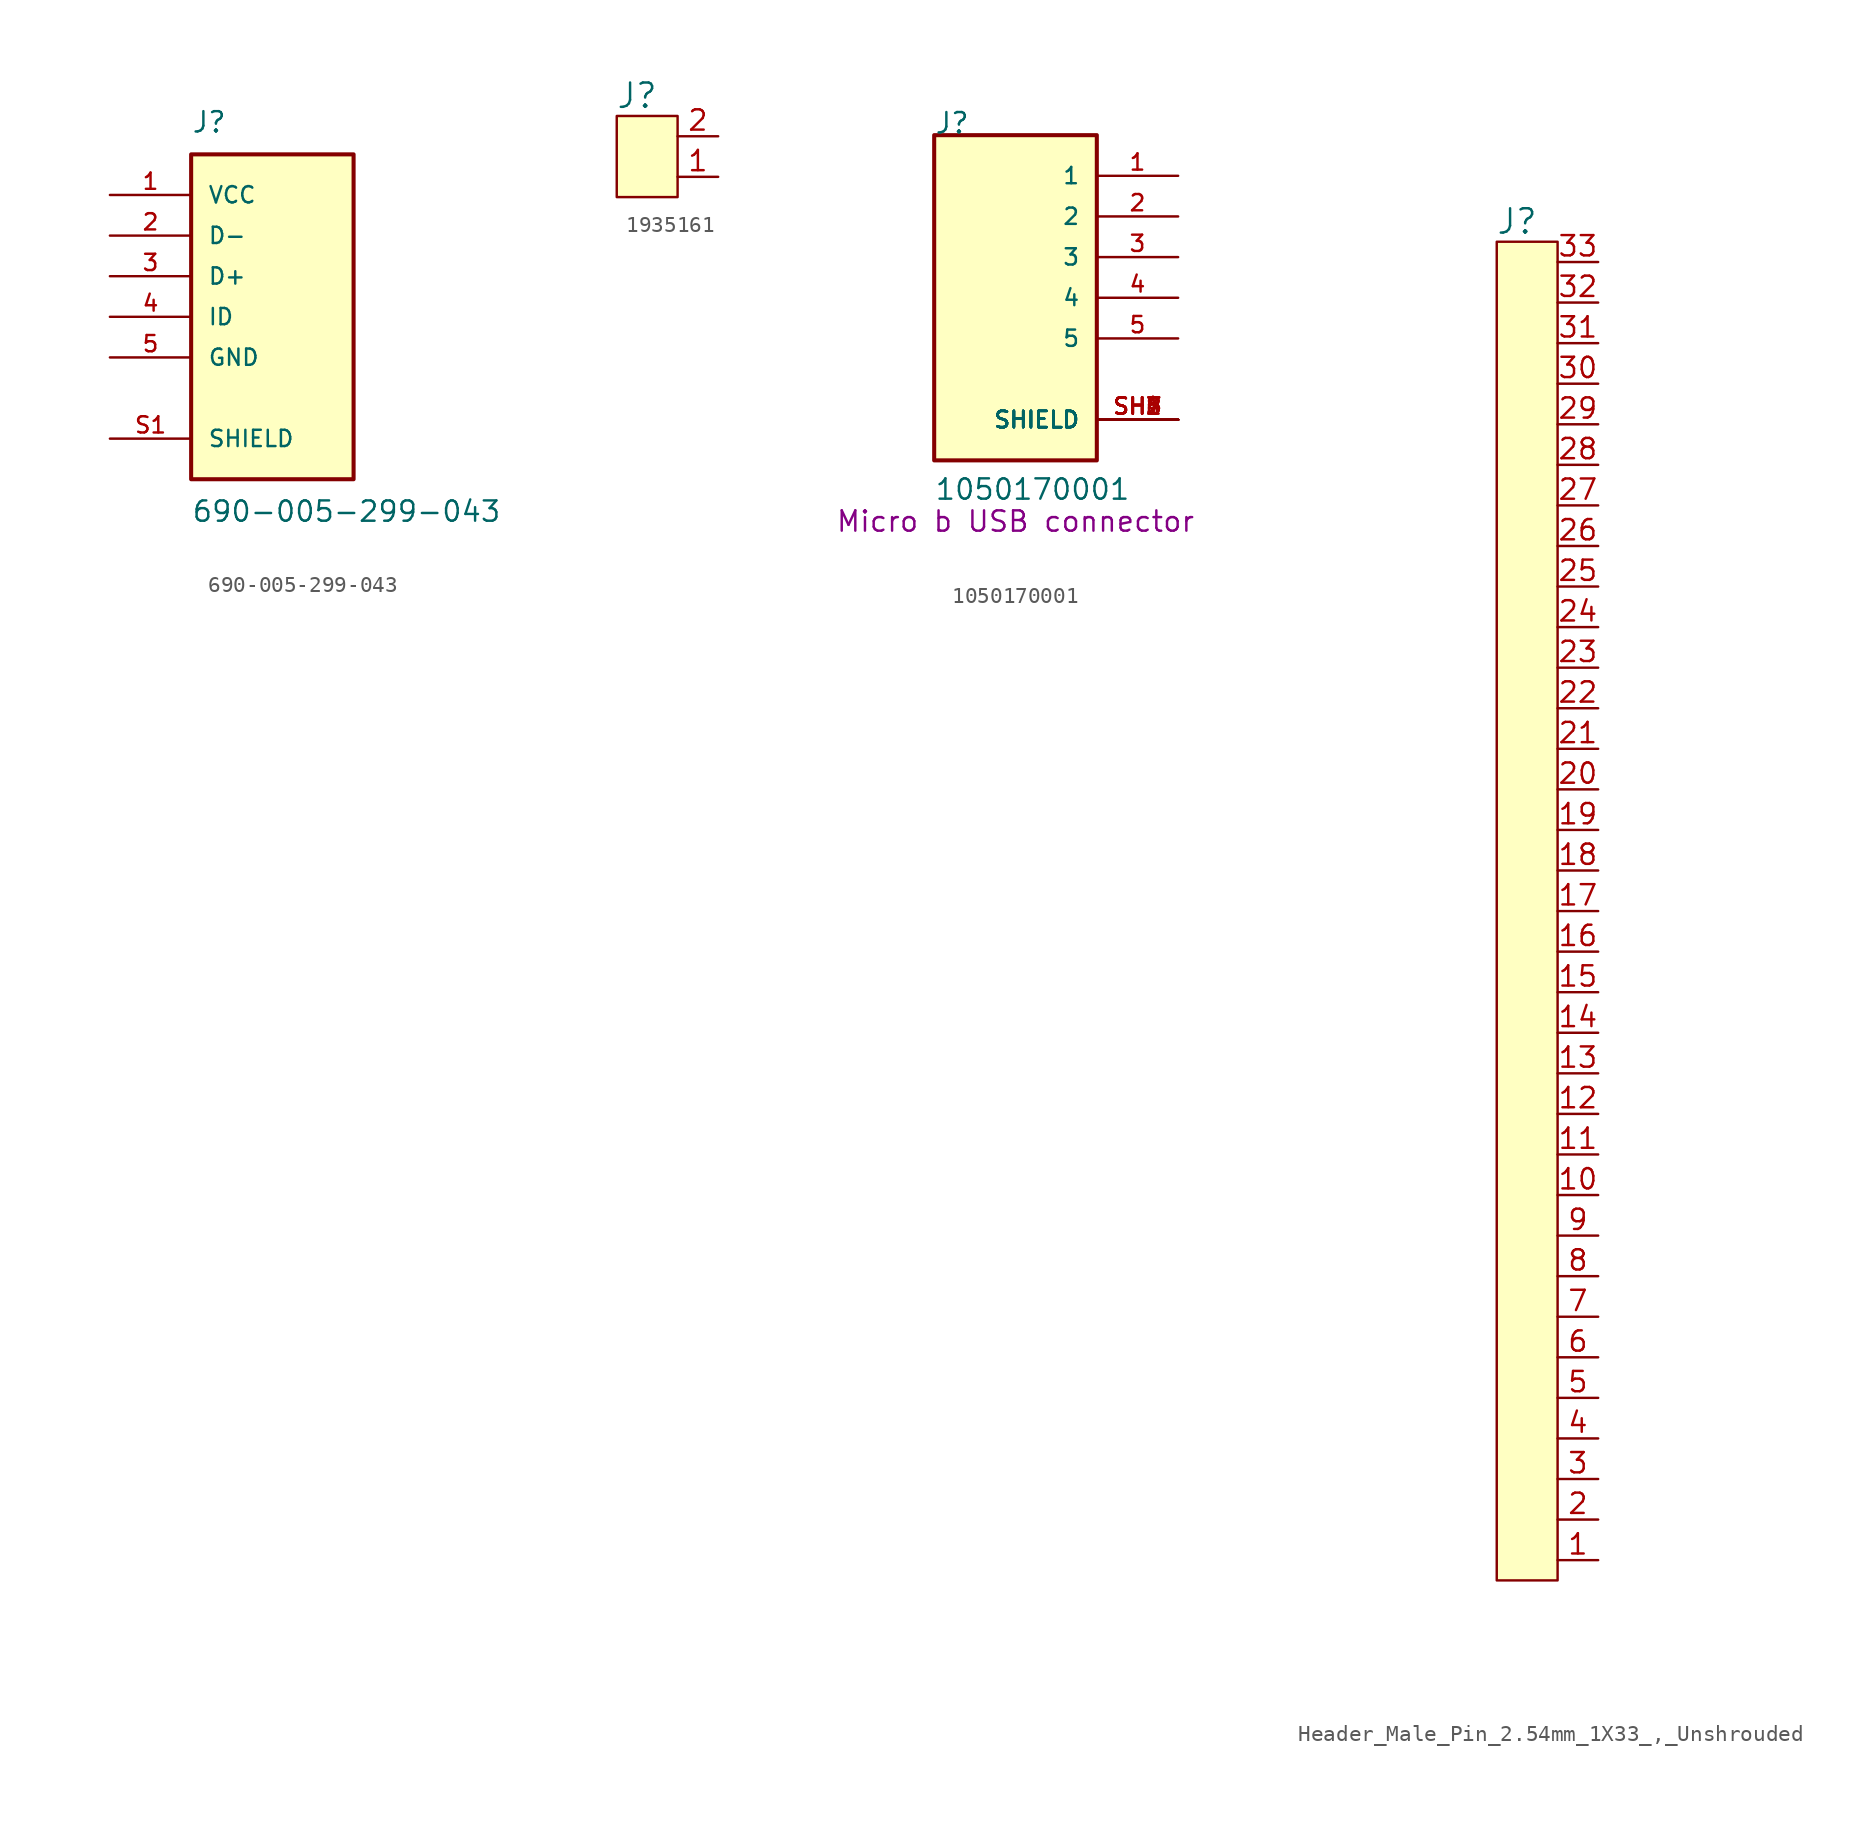
<source format=kicad_sym>
(kicad_symbol_lib
  (version 20220914)
  (generator kicad_symbol_editor)
  (symbol "690-005-299-043"
    (pin_names
      (offset 1.016))
    (property "Reference" "J"
      (at -5.08 11.43 0)
      (effects (font (size 1.27 1.27)) (justify left bottom)))
    (property "Value" "690-005-299-043"
      (at -5.08 -11.43 0)
      (effects (font (size 1.27 1.27)) (justify left top)))
    (symbol "690-005-299-043_0_0"
      (rectangle (start -5.08 -10.16) (end 5.08 10.16) (stroke (width 0.254) (type default)) (fill (type background)))
      (pin power_in line (at -10.16 7.62 0) (length 5.08) (name "VCC" (effects (font (size 1.016 1.016)))) (number "1" (effects (font (size 1.016 1.016)))))
      (pin bidirectional line (at -10.16 5.08 0) (length 5.08) (name "D-" (effects (font (size 1.016 1.016)))) (number "2" (effects (font (size 1.016 1.016)))))
      (pin bidirectional line (at -10.16 2.54 0) (length 5.08) (name "D+" (effects (font (size 1.016 1.016)))) (number "3" (effects (font (size 1.016 1.016)))))
      (pin bidirectional line (at -10.16 0 0) (length 5.08) (name "ID" (effects (font (size 1.016 1.016)))) (number "4" (effects (font (size 1.016 1.016)))))
      (pin power_in line (at -10.16 -2.54 0) (length 5.08) (name "GND" (effects (font (size 1.016 1.016)))) (number "5" (effects (font (size 1.016 1.016)))))
      (pin passive line (at -10.16 -7.62 0) (length 5.08) (name "SHIELD" (effects (font (size 1.016 1.016)))) (number "S1" (effects (font (size 1.016 1.016)))))))
  (symbol "1935161"
    (pin_names
      (offset 0) hide)
    (property "Reference" "J"
      (at -2.54 5.08 0)
      (effects (font (size 1.524 1.524))))
    (symbol "1935161_0_0"
      (rectangle (start -3.81 3.81) (end 0 -1.27) (stroke (width 0) (type default)) (fill (type background))))
    (symbol "1935161_1_1"
      (pin passive line (at 2.54 0 180) (length 2.54) (name "~" (effects (font (size 1.016 1.016)))) (number "1" (effects (font (size 1.27 1.27)))))
      (pin passive line (at 2.54 2.54 180) (length 2.54) (name "~" (effects (font (size 1.27 1.27)))) (number "2" (effects (font (size 1.27 1.27)))))))
  (symbol "1050170001"
    (pin_names
      (offset 1.016))
    (property "Reference" "J"
      (at -5.085 10.17 0)
      (effects (font (size 1.27 1.27)) (justify left bottom)))
    (property "Value" "1050170001"
      (at -5.085 -12.714 0)
      (effects (font (size 1.27 1.27)) (justify left bottom)))
    (property "Description" "Micro b USB connector"
      (at 0 -13.97 0)
      (effects (font (size 1.27 1.27))))
    (symbol "1050170001_0_0"
      (rectangle (start -5.08 -10.16) (end 5.08 10.16) (stroke (width 0.254) (type default)) (fill (type background)))
      (pin passive line (at 10.16 7.62 180) (length 5.08) (name "1" (effects (font (size 1.016 1.016)))) (number "1" (effects (font (size 1.016 1.016)))))
      (pin passive line (at 10.16 5.08 180) (length 5.08) (name "2" (effects (font (size 1.016 1.016)))) (number "2" (effects (font (size 1.016 1.016)))))
      (pin passive line (at 10.16 2.54 180) (length 5.08) (name "3" (effects (font (size 1.016 1.016)))) (number "3" (effects (font (size 1.016 1.016)))))
      (pin passive line (at 10.16 0 180) (length 5.08) (name "4" (effects (font (size 1.016 1.016)))) (number "4" (effects (font (size 1.016 1.016)))))
      (pin passive line (at 10.16 -2.54 180) (length 5.08) (name "5" (effects (font (size 1.016 1.016)))) (number "5" (effects (font (size 1.016 1.016)))))
      (pin passive line (at 10.16 -7.62 180) (length 5.08) (name "SHIELD" (effects (font (size 1.016 1.016)))) (number "SH1" (effects (font (size 1.016 1.016)))))
      (pin passive line (at 10.16 -7.62 180) (length 5.08) (name "SHIELD" (effects (font (size 1.016 1.016)))) (number "SH2" (effects (font (size 1.016 1.016)))))
      (pin passive line (at 10.16 -7.62 180) (length 5.08) (name "SHIELD" (effects (font (size 1.016 1.016)))) (number "SH3" (effects (font (size 1.016 1.016)))))
      (pin passive line (at 10.16 -7.62 180) (length 5.08) (name "SHIELD" (effects (font (size 1.016 1.016)))) (number "SH4" (effects (font (size 1.016 1.016)))))
      (pin passive line (at 10.16 -7.62 180) (length 5.08) (name "SHIELD" (effects (font (size 1.016 1.016)))) (number "SH5" (effects (font (size 1.016 1.016)))))
      (pin passive line (at 10.16 -7.62 180) (length 5.08) (name "SHIELD" (effects (font (size 1.016 1.016)))) (number "SH6" (effects (font (size 1.016 1.016)))))
      (pin passive line (at 10.16 -7.62 180) (length 5.08) (name "SHIELD" (effects (font (size 1.016 1.016)))) (number "SH7" (effects (font (size 1.016 1.016)))))
      (pin passive line (at 10.16 -7.62 180) (length 5.08) (name "SHIELD" (effects (font (size 1.016 1.016)))) (number "SH8" (effects (font (size 1.016 1.016)))))))
  (symbol "Header_Male_Pin_2.54mm_1X33_,_Unshrouded"
    (pin_names
      (offset 0) hide)
    (property "Reference" "J"
      (at -2.54 83.82 0)
      (effects (font (size 1.524 1.524))))
    (symbol "Header_Male_Pin_2.54mm_1X33_,_Unshrouded_0_0"
      (rectangle (start -3.81 82.55) (end 0 -1.27) (stroke (width 0) (type default)) (fill (type background))))
    (symbol "Header_Male_Pin_2.54mm_1X33_,_Unshrouded_1_1"
      (pin passive line (at 2.54 0 180) (length 2.54) (name "~" (effects (font (size 1.016 1.016)))) (number "1" (effects (font (size 1.27 1.27)))))
      (pin passive line (at 2.54 22.86 180) (length 2.54) (name "~" (effects (font (size 1.27 1.27)))) (number "10" (effects (font (size 1.27 1.27)))))
      (pin passive line (at 2.54 25.4 180) (length 2.54) (name "~" (effects (font (size 1.27 1.27)))) (number "11" (effects (font (size 1.27 1.27)))))
      (pin passive line (at 2.54 27.94 180) (length 2.54) (name "~" (effects (font (size 1.27 1.27)))) (number "12" (effects (font (size 1.27 1.27)))))
      (pin passive line (at 2.54 30.48 180) (length 2.54) (name "~" (effects (font (size 1.27 1.27)))) (number "13" (effects (font (size 1.27 1.27)))))
      (pin passive line (at 2.54 33.02 180) (length 2.54) (name "~" (effects (font (size 1.27 1.27)))) (number "14" (effects (font (size 1.27 1.27)))))
      (pin passive line (at 2.54 35.56 180) (length 2.54) (name "~" (effects (font (size 1.27 1.27)))) (number "15" (effects (font (size 1.27 1.27)))))
      (pin passive line (at 2.54 38.1 180) (length 2.54) (name "~" (effects (font (size 1.27 1.27)))) (number "16" (effects (font (size 1.27 1.27)))))
      (pin passive line (at 2.54 40.64 180) (length 2.54) (name "~" (effects (font (size 1.27 1.27)))) (number "17" (effects (font (size 1.27 1.27)))))
      (pin passive line (at 2.54 43.18 180) (length 2.54) (name "~" (effects (font (size 1.27 1.27)))) (number "18" (effects (font (size 1.27 1.27)))))
      (pin passive line (at 2.54 45.72 180) (length 2.54) (name "~" (effects (font (size 1.27 1.27)))) (number "19" (effects (font (size 1.27 1.27)))))
      (pin passive line (at 2.54 2.54 180) (length 2.54) (name "~" (effects (font (size 1.27 1.27)))) (number "2" (effects (font (size 1.27 1.27)))))
      (pin passive line (at 2.54 48.26 180) (length 2.54) (name "~" (effects (font (size 1.27 1.27)))) (number "20" (effects (font (size 1.27 1.27)))))
      (pin passive line (at 2.54 50.8 180) (length 2.54) (name "~" (effects (font (size 1.27 1.27)))) (number "21" (effects (font (size 1.27 1.27)))))
      (pin passive line (at 2.54 53.34 180) (length 2.54) (name "~" (effects (font (size 1.27 1.27)))) (number "22" (effects (font (size 1.27 1.27)))))
      (pin passive line (at 2.54 55.88 180) (length 2.54) (name "~" (effects (font (size 1.27 1.27)))) (number "23" (effects (font (size 1.27 1.27)))))
      (pin passive line (at 2.54 58.42 180) (length 2.54) (name "~" (effects (font (size 1.27 1.27)))) (number "24" (effects (font (size 1.27 1.27)))))
      (pin passive line (at 2.54 60.96 180) (length 2.54) (name "~" (effects (font (size 1.27 1.27)))) (number "25" (effects (font (size 1.27 1.27)))))
      (pin passive line (at 2.54 63.5 180) (length 2.54) (name "~" (effects (font (size 1.27 1.27)))) (number "26" (effects (font (size 1.27 1.27)))))
      (pin passive line (at 2.54 66.04 180) (length 2.54) (name "~" (effects (font (size 1.27 1.27)))) (number "27" (effects (font (size 1.27 1.27)))))
      (pin passive line (at 2.54 68.58 180) (length 2.54) (name "~" (effects (font (size 1.27 1.27)))) (number "28" (effects (font (size 1.27 1.27)))))
      (pin passive line (at 2.54 71.12 180) (length 2.54) (name "~" (effects (font (size 1.27 1.27)))) (number "29" (effects (font (size 1.27 1.27)))))
      (pin passive line (at 2.54 5.08 180) (length 2.54) (name "~" (effects (font (size 1.27 1.27)))) (number "3" (effects (font (size 1.27 1.27)))))
      (pin passive line (at 2.54 73.66 180) (length 2.54) (name "~" (effects (font (size 1.27 1.27)))) (number "30" (effects (font (size 1.27 1.27)))))
      (pin passive line (at 2.54 76.2 180) (length 2.54) (name "~" (effects (font (size 1.27 1.27)))) (number "31" (effects (font (size 1.27 1.27)))))
      (pin passive line (at 2.54 78.74 180) (length 2.54) (name "~" (effects (font (size 1.27 1.27)))) (number "32" (effects (font (size 1.27 1.27)))))
      (pin passive line (at 2.54 81.28 180) (length 2.54) (name "~" (effects (font (size 1.27 1.27)))) (number "33" (effects (font (size 1.27 1.27)))))
      (pin passive line (at 2.54 7.62 180) (length 2.54) (name "~" (effects (font (size 1.27 1.27)))) (number "4" (effects (font (size 1.27 1.27)))))
      (pin passive line (at 2.54 10.16 180) (length 2.54) (name "~" (effects (font (size 1.27 1.27)))) (number "5" (effects (font (size 1.27 1.27)))))
      (pin passive line (at 2.54 12.7 180) (length 2.54) (name "~" (effects (font (size 1.27 1.27)))) (number "6" (effects (font (size 1.27 1.27)))))
      (pin passive line (at 2.54 15.24 180) (length 2.54) (name "~" (effects (font (size 1.27 1.27)))) (number "7" (effects (font (size 1.27 1.27)))))
      (pin passive line (at 2.54 17.78 180) (length 2.54) (name "~" (effects (font (size 1.27 1.27)))) (number "8" (effects (font (size 1.27 1.27)))))
      (pin passive line (at 2.54 20.32 180) (length 2.54) (name "~" (effects (font (size 1.27 1.27)))) (number "9" (effects (font (size 1.27 1.27))))))))
</source>
